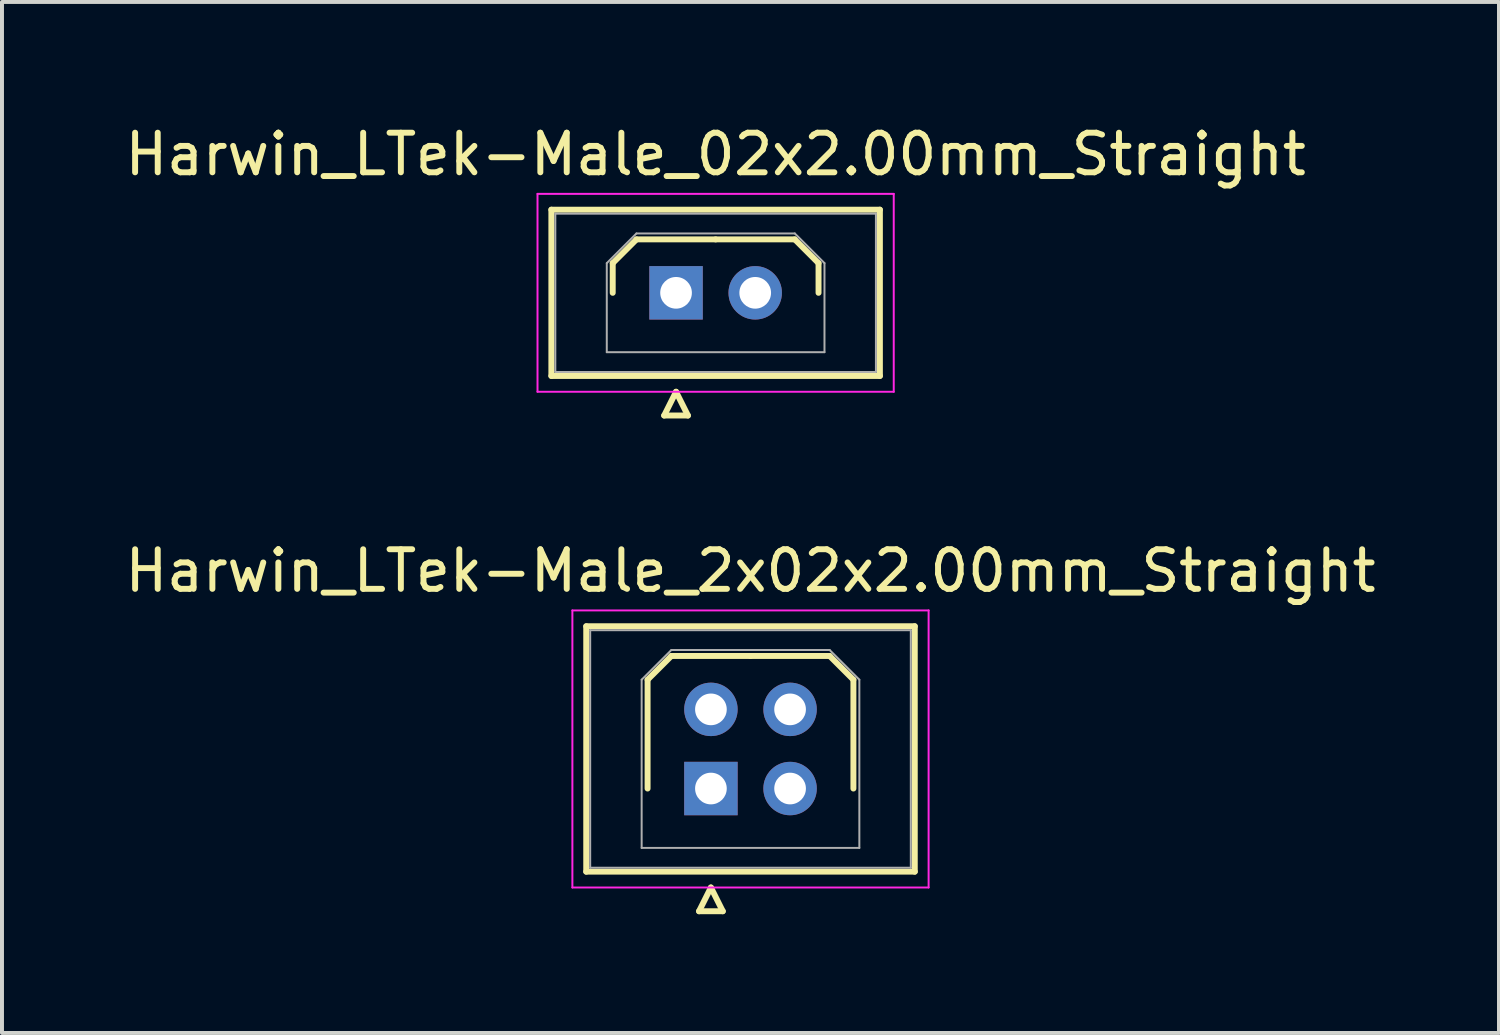
<source format=kicad_pcb>
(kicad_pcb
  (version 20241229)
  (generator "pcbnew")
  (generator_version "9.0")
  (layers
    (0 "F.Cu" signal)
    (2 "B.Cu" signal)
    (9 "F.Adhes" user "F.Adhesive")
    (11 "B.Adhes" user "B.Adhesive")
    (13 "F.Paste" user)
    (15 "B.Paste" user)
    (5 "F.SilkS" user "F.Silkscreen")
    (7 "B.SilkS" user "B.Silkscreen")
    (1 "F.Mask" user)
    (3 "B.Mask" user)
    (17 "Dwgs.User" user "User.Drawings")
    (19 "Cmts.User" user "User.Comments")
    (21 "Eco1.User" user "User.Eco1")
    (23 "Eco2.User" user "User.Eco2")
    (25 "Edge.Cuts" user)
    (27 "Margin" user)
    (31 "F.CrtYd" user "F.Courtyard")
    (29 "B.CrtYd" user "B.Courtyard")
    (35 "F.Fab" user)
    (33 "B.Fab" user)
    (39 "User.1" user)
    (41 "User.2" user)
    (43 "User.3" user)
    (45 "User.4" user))
  (footprint "Harwin_LTek-Male_2x02x2.00mm_Straight"
    (layer "F.Cu")
    (at 14.911 16.872)
    (property "Reference" "Harwin_LTek-Male_2x02x2.00mm_Straight" (at 1 -5.5 0) (layer "F.SilkS") (effects (font (size 1 1) (thickness 0.15))))
    (attr through_hole)
    (fp_line (start -3.15 -4.1) (end -3.15 2.1) (stroke (width 0.15) (type solid)) (layer "F.SilkS"))
    (fp_line (start -3.15 2.1) (end 5.15 2.1) (stroke (width 0.15) (type solid)) (layer "F.SilkS"))
    (fp_line (start -1.6 -2.75) (end -1 -3.35) (stroke (width 0.15) (type solid)) (layer "F.SilkS"))
    (fp_line (start -1.6 0) (end -1.6 -2.75) (stroke (width 0.15) (type solid)) (layer "F.SilkS"))
    (fp_line (start -1 -3.35) (end 1 -3.35) (stroke (width 0.15) (type solid)) (layer "F.SilkS"))
    (fp_line (start -0.3 3.1) (end 0.3 3.1) (stroke (width 0.15) (type solid)) (layer "F.SilkS"))
    (fp_line (start 0 2.5) (end -0.3 3.1) (stroke (width 0.15) (type solid)) (layer "F.SilkS"))
    (fp_line (start 0.3 3.1) (end 0 2.5) (stroke (width 0.15) (type solid)) (layer "F.SilkS"))
    (fp_line (start 3 -3.35) (end 1 -3.35) (stroke (width 0.15) (type solid)) (layer "F.SilkS"))
    (fp_line (start 3.6 -2.75) (end 3 -3.35) (stroke (width 0.15) (type solid)) (layer "F.SilkS"))
    (fp_line (start 3.6 0) (end 3.6 -2.75) (stroke (width 0.15) (type solid)) (layer "F.SilkS"))
    (fp_line (start 5.15 -4.1) (end -3.15 -4.1) (stroke (width 0.15) (type solid)) (layer "F.SilkS"))
    (fp_line (start 5.15 2.1) (end 5.15 -4.1) (stroke (width 0.15) (type solid)) (layer "F.SilkS"))
    (fp_line (start -3.5 -4.5) (end -3.5 2.5) (stroke (width 0.05) (type solid)) (layer "F.CrtYd"))
    (fp_line (start -3.5 2.5) (end 5.5 2.5) (stroke (width 0.05) (type solid)) (layer "F.CrtYd"))
    (fp_line (start 5.5 -4.5) (end -3.5 -4.5) (stroke (width 0.05) (type solid)) (layer "F.CrtYd"))
    (fp_line (start 5.5 2.5) (end 5.5 -4.5) (stroke (width 0.05) (type solid)) (layer "F.CrtYd"))
    (fp_line (start -3.05 -4) (end -3.05 2) (stroke (width 0.05) (type solid)) (layer "F.Fab"))
    (fp_line (start -3.05 2) (end 5.05 2) (stroke (width 0.05) (type solid)) (layer "F.Fab"))
    (fp_line (start -1.75 -2.75) (end -1 -3.5) (stroke (width 0.05) (type solid)) (layer "F.Fab"))
    (fp_line (start -1.75 1.5) (end -1.75 -2.75) (stroke (width 0.05) (type solid)) (layer "F.Fab"))
    (fp_line (start -1 -3.5) (end 3 -3.5) (stroke (width 0.05) (type solid)) (layer "F.Fab"))
    (fp_line (start 3 -3.5) (end 3.75 -2.75) (stroke (width 0.05) (type solid)) (layer "F.Fab"))
    (fp_line (start 3.75 -2.75) (end 3.75 1.5) (stroke (width 0.05) (type solid)) (layer "F.Fab"))
    (fp_line (start 3.75 1.5) (end -1.75 1.5) (stroke (width 0.05) (type solid)) (layer "F.Fab"))
    (fp_line (start 5.05 -4) (end -3.05 -4) (stroke (width 0.05) (type solid)) (layer "F.Fab"))
    (fp_line (start 5.05 2) (end 5.05 -4) (stroke (width 0.05) (type solid)) (layer "F.Fab"))
    (pad "1" thru_hole rect (at 0 0) (size 1.35 1.35) (drill 0.8) (layers "*.Cu" "*.Mask"))
    (pad "2" thru_hole circle (at 0 -2) (size 1.35 1.35) (drill 0.8) (layers "*.Cu" "*.Mask"))
    (pad "3" thru_hole circle (at 2 0) (size 1.35 1.35) (drill 0.8) (layers "*.Cu" "*.Mask"))
    (pad "4" thru_hole circle (at 2 -2) (size 1.35 1.35) (drill 0.8) (layers "*.Cu" "*.Mask")))
  (footprint "Harwin_LTek-Male_02x2.00mm_Straight"
    (layer "F.Cu")
    (at 14.03 4.348)
    (property "Reference" "Harwin_LTek-Male_02x2.00mm_Straight" (at 1 -3.5 0) (layer "F.SilkS") (effects (font (size 1 1) (thickness 0.15))))
    (attr through_hole)
    (fp_line (start -3.15 -2.1) (end -3.15 2.1) (stroke (width 0.15) (type solid)) (layer "F.SilkS"))
    (fp_line (start -3.15 2.1) (end 5.15 2.1) (stroke (width 0.15) (type solid)) (layer "F.SilkS"))
    (fp_line (start -1.6 -0.75) (end -1 -1.35) (stroke (width 0.15) (type solid)) (layer "F.SilkS"))
    (fp_line (start -1.6 0) (end -1.6 -0.75) (stroke (width 0.15) (type solid)) (layer "F.SilkS"))
    (fp_line (start -1 -1.35) (end 1 -1.35) (stroke (width 0.15) (type solid)) (layer "F.SilkS"))
    (fp_line (start -0.3 3.1) (end 0.3 3.1) (stroke (width 0.15) (type solid)) (layer "F.SilkS"))
    (fp_line (start 0 2.5) (end -0.3 3.1) (stroke (width 0.15) (type solid)) (layer "F.SilkS"))
    (fp_line (start 0.3 3.1) (end 0 2.5) (stroke (width 0.15) (type solid)) (layer "F.SilkS"))
    (fp_line (start 3 -1.35) (end 1 -1.35) (stroke (width 0.15) (type solid)) (layer "F.SilkS"))
    (fp_line (start 3.6 -0.75) (end 3 -1.35) (stroke (width 0.15) (type solid)) (layer "F.SilkS"))
    (fp_line (start 3.6 0) (end 3.6 -0.75) (stroke (width 0.15) (type solid)) (layer "F.SilkS"))
    (fp_line (start 5.15 -2.1) (end -3.15 -2.1) (stroke (width 0.15) (type solid)) (layer "F.SilkS"))
    (fp_line (start 5.15 2.1) (end 5.15 -2.1) (stroke (width 0.15) (type solid)) (layer "F.SilkS"))
    (fp_line (start -3.5 -2.5) (end -3.5 2.5) (stroke (width 0.05) (type solid)) (layer "F.CrtYd"))
    (fp_line (start -3.5 2.5) (end 5.5 2.5) (stroke (width 0.05) (type solid)) (layer "F.CrtYd"))
    (fp_line (start 5.5 -2.5) (end -3.5 -2.5) (stroke (width 0.05) (type solid)) (layer "F.CrtYd"))
    (fp_line (start 5.5 2.5) (end 5.5 -2.5) (stroke (width 0.05) (type solid)) (layer "F.CrtYd"))
    (fp_line (start -3.05 -2) (end -3.05 2) (stroke (width 0.05) (type solid)) (layer "F.Fab"))
    (fp_line (start -3.05 2) (end 5.05 2) (stroke (width 0.05) (type solid)) (layer "F.Fab"))
    (fp_line (start -1.75 -0.75) (end -1 -1.5) (stroke (width 0.05) (type solid)) (layer "F.Fab"))
    (fp_line (start -1.75 1.5) (end -1.75 -0.75) (stroke (width 0.05) (type solid)) (layer "F.Fab"))
    (fp_line (start -1 -1.5) (end 3 -1.5) (stroke (width 0.05) (type solid)) (layer "F.Fab"))
    (fp_line (start 3 -1.5) (end 3.75 -0.75) (stroke (width 0.05) (type solid)) (layer "F.Fab"))
    (fp_line (start 3.75 -0.75) (end 3.75 1.5) (stroke (width 0.05) (type solid)) (layer "F.Fab"))
    (fp_line (start 3.75 1.5) (end -1.75 1.5) (stroke (width 0.05) (type solid)) (layer "F.Fab"))
    (fp_line (start 5.05 -2) (end -3.05 -2) (stroke (width 0.05) (type solid)) (layer "F.Fab"))
    (fp_line (start 5.05 2) (end 5.05 -2) (stroke (width 0.05) (type solid)) (layer "F.Fab"))
    (pad "1" thru_hole rect (at 0 0) (size 1.35 1.35) (drill 0.8) (layers "*.Cu" "*.Mask"))
    (pad "2" thru_hole circle (at 2 0) (size 1.35 1.35) (drill 0.8) (layers "*.Cu" "*.Mask")))
  (gr_rect
    (start -3 -3)
    (end 34.821 23.047)
    (stroke (width 0.1) (type default))
    (fill no)
    (layer "Edge.Cuts")))
</source>
